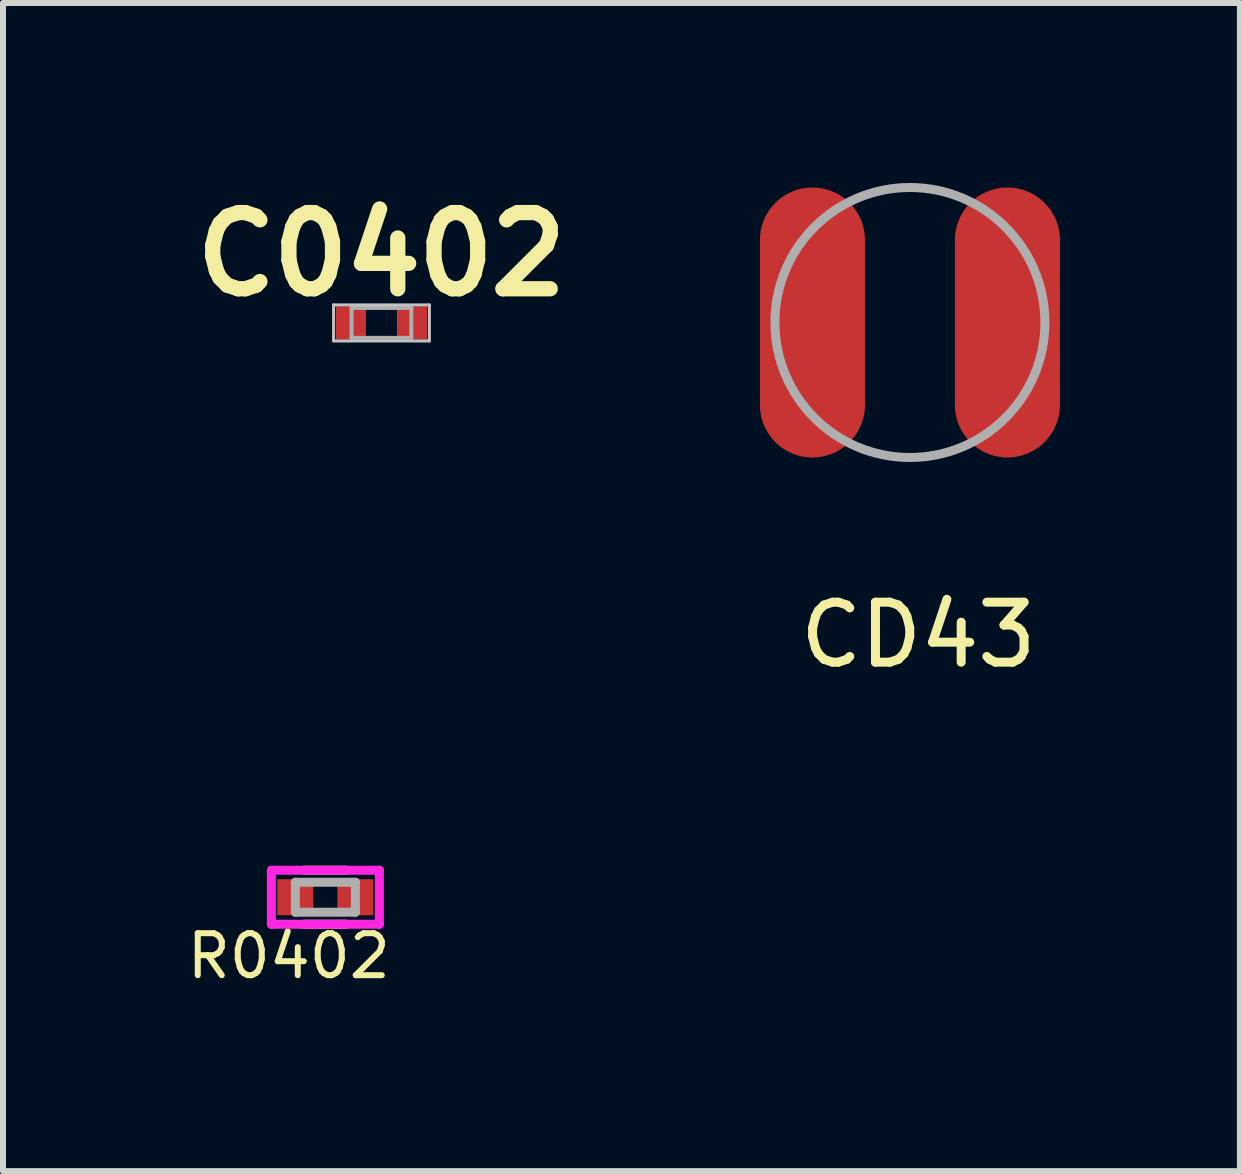
<source format=kicad_pcb>
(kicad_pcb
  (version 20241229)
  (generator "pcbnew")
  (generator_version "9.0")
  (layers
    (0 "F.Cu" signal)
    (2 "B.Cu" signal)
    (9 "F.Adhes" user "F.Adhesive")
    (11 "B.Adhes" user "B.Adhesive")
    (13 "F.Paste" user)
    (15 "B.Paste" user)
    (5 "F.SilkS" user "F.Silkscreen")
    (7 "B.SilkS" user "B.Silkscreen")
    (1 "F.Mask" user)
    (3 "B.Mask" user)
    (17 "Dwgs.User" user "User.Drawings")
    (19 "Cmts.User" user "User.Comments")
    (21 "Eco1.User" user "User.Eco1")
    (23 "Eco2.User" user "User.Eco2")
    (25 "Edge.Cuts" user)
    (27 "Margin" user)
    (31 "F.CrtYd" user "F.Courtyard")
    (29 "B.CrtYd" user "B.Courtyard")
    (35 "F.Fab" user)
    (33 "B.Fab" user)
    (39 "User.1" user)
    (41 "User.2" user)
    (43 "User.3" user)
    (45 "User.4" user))
  (footprint "R0402"
    (layer "F.Cu")
    (at 2.373 11.905)
    (property "Reference" "R0402" (at -0.61 0.98 0) (layer "F.SilkS") (effects (font (size 0.7 0.7) (thickness 0.1))))
    (attr through_hole)
    (fp_line (start -0.35 -0.45) (end 0.35 -0.45) (stroke (width 0.15) (type solid)) (layer "F.SilkS"))
    (fp_line (start -0.35 0.45) (end 0.35 0.45) (stroke (width 0.15) (type solid)) (layer "F.SilkS"))
    (fp_line (start -0.9 -0.45) (end 0.9 -0.45) (stroke (width 0.15) (type solid)) (layer "F.CrtYd"))
    (fp_line (start -0.9 0.45) (end -0.9 -0.45) (stroke (width 0.15) (type solid)) (layer "F.CrtYd"))
    (fp_line (start 0.9 -0.45) (end 0.9 0.45) (stroke (width 0.15) (type solid)) (layer "F.CrtYd"))
    (fp_line (start 0.9 0.45) (end -0.9 0.45) (stroke (width 0.15) (type solid)) (layer "F.CrtYd"))
    (fp_line (start -0.5 -0.25) (end 0.5 -0.25) (stroke (width 0.15) (type solid)) (layer "F.Fab"))
    (fp_line (start -0.5 0.25) (end -0.5 -0.25) (stroke (width 0.15) (type solid)) (layer "F.Fab"))
    (fp_line (start 0.5 -0.25) (end 0.5 0.25) (stroke (width 0.15) (type solid)) (layer "F.Fab"))
    (fp_line (start 0.5 0.25) (end -0.5 0.25) (stroke (width 0.15) (type solid)) (layer "F.Fab"))
    (pad "1" smd rect (at -0.5 0) (size 0.6 0.6) (layers "F.Cu" "F.Mask" "F.Paste"))
    (pad "2" smd rect (at 0.5 0) (size 0.6 0.6) (layers "F.Cu" "F.Mask" "F.Paste")))
  (footprint "C0402"
    (layer "F.Cu")
    (at 3.308 2.332)
    (property "Reference" "C0402" (at 0 -1.143 0) (layer "F.SilkS") (effects (font (size 1.27 1.27) (thickness 0.254))))
    (attr smd)
    (fp_line (start -0.798 -0.3) (end 0.798 -0.3) (stroke (width 0.051) (type solid)) (layer "Dwgs.User"))
    (fp_line (start -0.798 0.3) (end -0.798 -0.3) (stroke (width 0.051) (type solid)) (layer "Dwgs.User"))
    (fp_line (start 0.798 -0.3) (end 0.798 0.3) (stroke (width 0.051) (type solid)) (layer "Dwgs.User"))
    (fp_line (start 0.798 0.3) (end -0.798 0.3) (stroke (width 0.051) (type solid)) (layer "Dwgs.User"))
    (fp_line (start -0.498 -0.249) (end 0.498 -0.249) (stroke (width 0.066) (type solid)) (layer "F.Fab"))
    (fp_line (start -0.498 0.249) (end -0.498 -0.249) (stroke (width 0.066) (type solid)) (layer "F.Fab"))
    (fp_line (start -0.498 0.249) (end 0.498 0.249) (stroke (width 0.066) (type solid)) (layer "F.Fab"))
    (fp_line (start 0.498 0.249) (end 0.498 -0.249) (stroke (width 0.066) (type solid)) (layer "F.Fab"))
    (pad "1" smd rect (at 0.508 0) (size 0.5 0.55) (layers "F.Cu" "F.Mask" "F.Paste"))
    (pad "2" smd rect (at -0.508 0 180) (size 0.5 0.55) (layers "F.Cu" "F.Mask" "F.Paste")))
  (footprint "CD43"
    (layer "F.Cu")
    (at 12.116 2.325)
    (property "Reference" "CD43" (at 0.14 5.207 0) (layer "F.SilkS") (effects (font (size 1 1) (thickness 0.15))))
    (attr smd)
    (fp_circle (center 0 0) (end 2.25 0) (stroke (width 0.15) (type solid)) (fill no) (layer "F.Fab"))
    (pad "1" smd oval (at -1.625 0) (size 1.75 4.5) (layers "F.Cu" "F.Mask" "F.Paste"))
    (pad "2" smd oval (at 1.625 0) (size 1.75 4.5) (layers "F.Cu" "F.Mask" "F.Paste")))
  (gr_rect
    (start -3 -3)
    (end 17.616 16.47)
    (stroke (width 0.1) (type default))
    (fill no)
    (layer "Edge.Cuts")))
</source>
